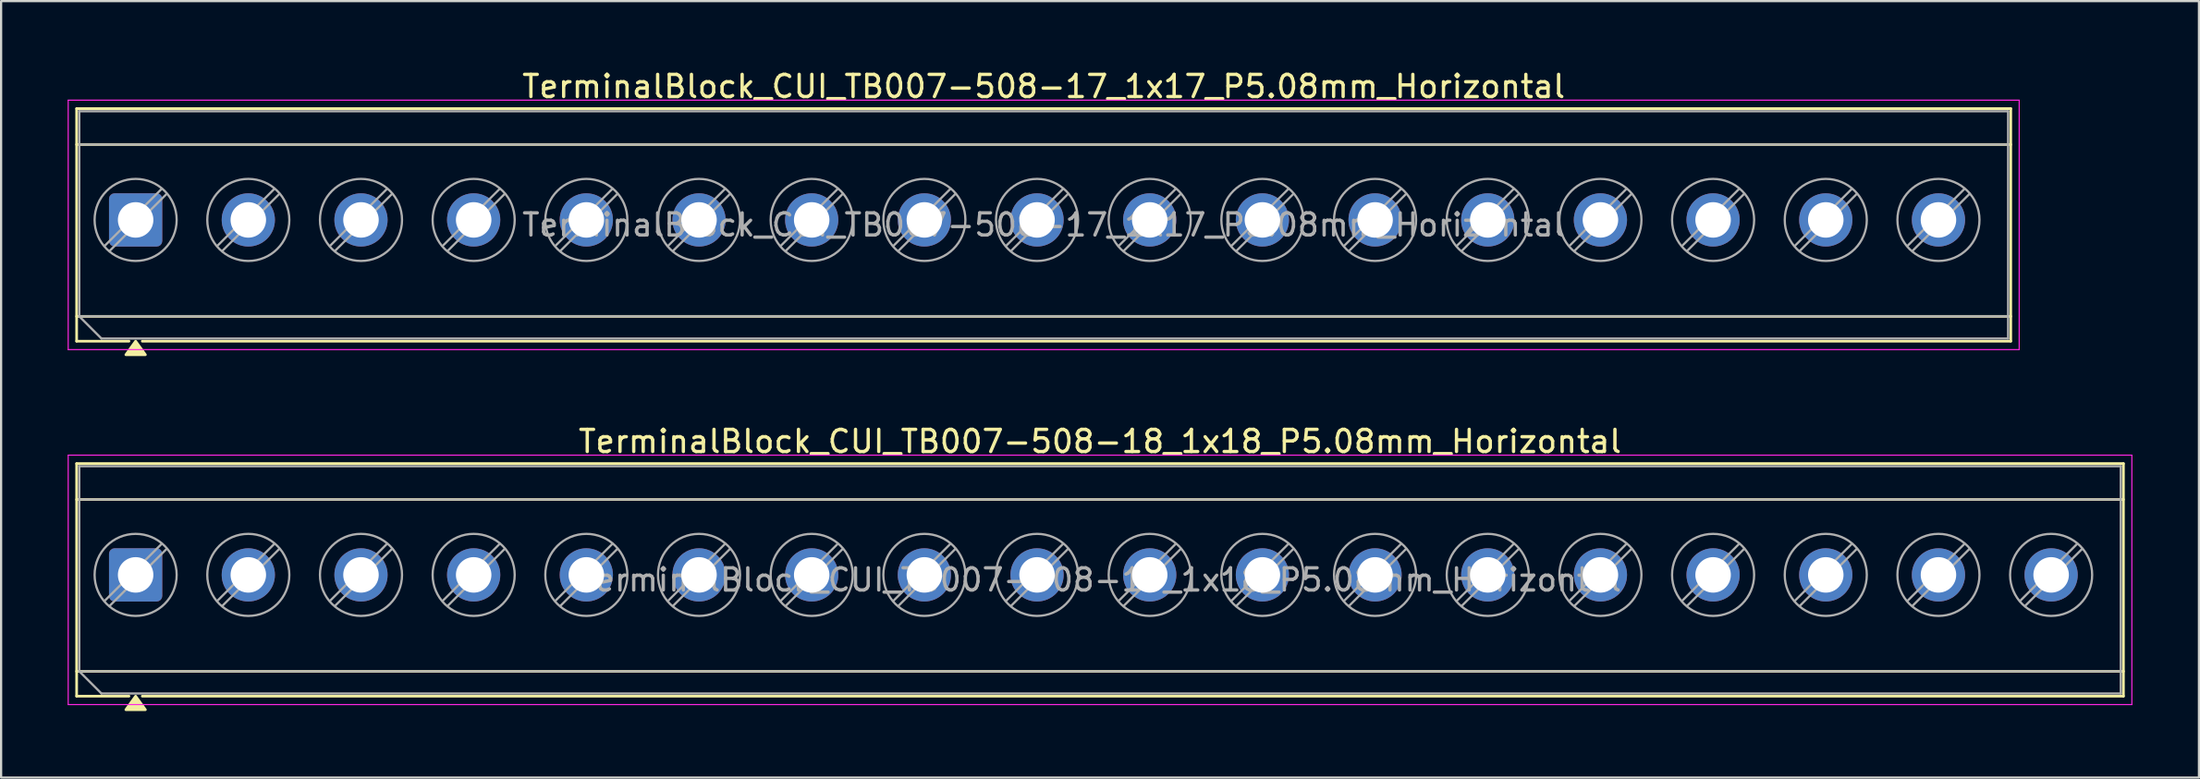
<source format=kicad_pcb>
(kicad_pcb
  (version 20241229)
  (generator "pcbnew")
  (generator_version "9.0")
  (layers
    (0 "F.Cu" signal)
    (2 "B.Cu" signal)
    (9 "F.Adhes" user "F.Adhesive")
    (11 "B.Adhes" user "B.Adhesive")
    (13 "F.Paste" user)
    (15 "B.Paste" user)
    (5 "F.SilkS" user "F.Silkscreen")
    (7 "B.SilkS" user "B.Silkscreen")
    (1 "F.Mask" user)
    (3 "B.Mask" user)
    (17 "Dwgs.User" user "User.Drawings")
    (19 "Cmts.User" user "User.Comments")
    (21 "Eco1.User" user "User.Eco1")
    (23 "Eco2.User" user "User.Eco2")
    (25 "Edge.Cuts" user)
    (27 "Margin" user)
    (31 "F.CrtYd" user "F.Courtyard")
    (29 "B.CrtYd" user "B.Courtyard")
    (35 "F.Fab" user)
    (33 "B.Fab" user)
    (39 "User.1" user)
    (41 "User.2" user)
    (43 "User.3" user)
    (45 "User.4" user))
  (footprint "TerminalBlock_CUI_TB007-508-18_1x18_P5.08mm_Horizontal"
    (layer "F.Cu")
    (at 3.065 22.877)
    (property "Reference" "TerminalBlock_CUI_TB007-508-18_1x18_P5.08mm_Horizontal" (at 43.48 -6.02 0) (layer "F.SilkS") (effects (font (size 1 1) (thickness 0.15))))
    (attr through_hole)
    (fp_line (start -2.66 -5.02) (end 89.62 -5.02) (stroke (width 0.12) (type solid)) (layer "F.SilkS"))
    (fp_line (start -2.66 -3.4) (end 89.62 -3.4) (stroke (width 0.12) (type solid)) (layer "F.SilkS"))
    (fp_line (start -2.66 4.35) (end 89.62 4.35) (stroke (width 0.12) (type solid)) (layer "F.SilkS"))
    (fp_line (start -2.66 5.47) (end -2.66 -5.02) (stroke (width 0.12) (type solid)) (layer "F.SilkS"))
    (fp_line (start -0.3 5.47) (end -2.66 5.47) (stroke (width 0.12) (type solid)) (layer "F.SilkS"))
    (fp_line (start 89.62 -5.02) (end 89.62 5.47) (stroke (width 0.12) (type solid)) (layer "F.SilkS"))
    (fp_line (start 89.62 5.47) (end 0.3 5.47) (stroke (width 0.12) (type solid)) (layer "F.SilkS"))
    (fp_poly (pts (xy 0 5.47) (xy 0.44 6.08) (xy -0.44 6.08)) (stroke (width 0.12) (type solid)) (fill yes) (layer "F.SilkS"))
    (fp_line (start -3.04 -5.4) (end -3.04 5.85) (stroke (width 0.05) (type solid)) (layer "F.CrtYd"))
    (fp_line (start -3.04 5.85) (end 90 5.85) (stroke (width 0.05) (type solid)) (layer "F.CrtYd"))
    (fp_line (start 90 -5.4) (end -3.04 -5.4) (stroke (width 0.05) (type solid)) (layer "F.CrtYd"))
    (fp_line (start 90 5.85) (end 90 -5.4) (stroke (width 0.05) (type solid)) (layer "F.CrtYd"))
    (fp_line (start -2.54 -4.9) (end 89.5 -4.9) (stroke (width 0.1) (type solid)) (layer "F.Fab"))
    (fp_line (start -2.54 -3.4) (end 89.5 -3.4) (stroke (width 0.1) (type solid)) (layer "F.Fab"))
    (fp_line (start -2.54 4.35) (end -2.54 -4.9) (stroke (width 0.1) (type solid)) (layer "F.Fab"))
    (fp_line (start -2.54 4.35) (end 89.5 4.35) (stroke (width 0.1) (type solid)) (layer "F.Fab"))
    (fp_line (start -1.54 5.35) (end -2.54 4.35) (stroke (width 0.1) (type solid)) (layer "F.Fab"))
    (fp_line (start 1.177 -1.403) (end -1.403 1.177) (stroke (width 0.1) (type solid)) (layer "F.Fab"))
    (fp_line (start 1.403 -1.177) (end -1.177 1.403) (stroke (width 0.1) (type solid)) (layer "F.Fab"))
    (fp_line (start 6.257 -1.403) (end 3.677 1.177) (stroke (width 0.1) (type solid)) (layer "F.Fab"))
    (fp_line (start 6.483 -1.177) (end 3.903 1.403) (stroke (width 0.1) (type solid)) (layer "F.Fab"))
    (fp_line (start 11.337 -1.403) (end 8.757 1.177) (stroke (width 0.1) (type solid)) (layer "F.Fab"))
    (fp_line (start 11.563 -1.177) (end 8.983 1.403) (stroke (width 0.1) (type solid)) (layer "F.Fab"))
    (fp_line (start 16.417 -1.403) (end 13.837 1.177) (stroke (width 0.1) (type solid)) (layer "F.Fab"))
    (fp_line (start 16.643 -1.177) (end 14.063 1.403) (stroke (width 0.1) (type solid)) (layer "F.Fab"))
    (fp_line (start 21.497 -1.403) (end 18.917 1.177) (stroke (width 0.1) (type solid)) (layer "F.Fab"))
    (fp_line (start 21.723 -1.177) (end 19.143 1.403) (stroke (width 0.1) (type solid)) (layer "F.Fab"))
    (fp_line (start 26.577 -1.403) (end 23.997 1.177) (stroke (width 0.1) (type solid)) (layer "F.Fab"))
    (fp_line (start 26.803 -1.177) (end 24.223 1.403) (stroke (width 0.1) (type solid)) (layer "F.Fab"))
    (fp_line (start 31.657 -1.403) (end 29.077 1.177) (stroke (width 0.1) (type solid)) (layer "F.Fab"))
    (fp_line (start 31.883 -1.177) (end 29.303 1.403) (stroke (width 0.1) (type solid)) (layer "F.Fab"))
    (fp_line (start 36.737 -1.403) (end 34.157 1.177) (stroke (width 0.1) (type solid)) (layer "F.Fab"))
    (fp_line (start 36.963 -1.177) (end 34.383 1.403) (stroke (width 0.1) (type solid)) (layer "F.Fab"))
    (fp_line (start 41.817 -1.403) (end 39.237 1.177) (stroke (width 0.1) (type solid)) (layer "F.Fab"))
    (fp_line (start 42.043 -1.177) (end 39.463 1.403) (stroke (width 0.1) (type solid)) (layer "F.Fab"))
    (fp_line (start 46.897 -1.403) (end 44.317 1.177) (stroke (width 0.1) (type solid)) (layer "F.Fab"))
    (fp_line (start 47.123 -1.177) (end 44.543 1.403) (stroke (width 0.1) (type solid)) (layer "F.Fab"))
    (fp_line (start 51.977 -1.403) (end 49.397 1.177) (stroke (width 0.1) (type solid)) (layer "F.Fab"))
    (fp_line (start 52.203 -1.177) (end 49.623 1.403) (stroke (width 0.1) (type solid)) (layer "F.Fab"))
    (fp_line (start 57.057 -1.403) (end 54.477 1.177) (stroke (width 0.1) (type solid)) (layer "F.Fab"))
    (fp_line (start 57.283 -1.177) (end 54.703 1.403) (stroke (width 0.1) (type solid)) (layer "F.Fab"))
    (fp_line (start 62.137 -1.403) (end 59.557 1.177) (stroke (width 0.1) (type solid)) (layer "F.Fab"))
    (fp_line (start 62.363 -1.177) (end 59.783 1.403) (stroke (width 0.1) (type solid)) (layer "F.Fab"))
    (fp_line (start 67.217 -1.403) (end 64.637 1.177) (stroke (width 0.1) (type solid)) (layer "F.Fab"))
    (fp_line (start 67.443 -1.177) (end 64.863 1.403) (stroke (width 0.1) (type solid)) (layer "F.Fab"))
    (fp_line (start 72.297 -1.403) (end 69.717 1.177) (stroke (width 0.1) (type solid)) (layer "F.Fab"))
    (fp_line (start 72.523 -1.177) (end 69.943 1.403) (stroke (width 0.1) (type solid)) (layer "F.Fab"))
    (fp_line (start 77.377 -1.403) (end 74.797 1.177) (stroke (width 0.1) (type solid)) (layer "F.Fab"))
    (fp_line (start 77.603 -1.177) (end 75.023 1.403) (stroke (width 0.1) (type solid)) (layer "F.Fab"))
    (fp_line (start 82.457 -1.403) (end 79.877 1.177) (stroke (width 0.1) (type solid)) (layer "F.Fab"))
    (fp_line (start 82.683 -1.177) (end 80.103 1.403) (stroke (width 0.1) (type solid)) (layer "F.Fab"))
    (fp_line (start 87.537 -1.403) (end 84.957 1.177) (stroke (width 0.1) (type solid)) (layer "F.Fab"))
    (fp_line (start 87.763 -1.177) (end 85.183 1.403) (stroke (width 0.1) (type solid)) (layer "F.Fab"))
    (fp_line (start 89.5 -4.9) (end 89.5 5.35) (stroke (width 0.1) (type solid)) (layer "F.Fab"))
    (fp_line (start 89.5 5.35) (end -1.54 5.35) (stroke (width 0.1) (type solid)) (layer "F.Fab"))
    (fp_circle (center 0 0) (end 1.85 0) (stroke (width 0.1) (type solid)) (fill no) (layer "F.Fab"))
    (fp_circle (center 5.08 0) (end 6.93 0) (stroke (width 0.1) (type solid)) (fill no) (layer "F.Fab"))
    (fp_circle (center 10.16 0) (end 12.01 0) (stroke (width 0.1) (type solid)) (fill no) (layer "F.Fab"))
    (fp_circle (center 15.24 0) (end 17.09 0) (stroke (width 0.1) (type solid)) (fill no) (layer "F.Fab"))
    (fp_circle (center 20.32 0) (end 22.17 0) (stroke (width 0.1) (type solid)) (fill no) (layer "F.Fab"))
    (fp_circle (center 25.4 0) (end 27.25 0) (stroke (width 0.1) (type solid)) (fill no) (layer "F.Fab"))
    (fp_circle (center 30.48 0) (end 32.33 0) (stroke (width 0.1) (type solid)) (fill no) (layer "F.Fab"))
    (fp_circle (center 35.56 0) (end 37.41 0) (stroke (width 0.1) (type solid)) (fill no) (layer "F.Fab"))
    (fp_circle (center 40.64 0) (end 42.49 0) (stroke (width 0.1) (type solid)) (fill no) (layer "F.Fab"))
    (fp_circle (center 45.72 0) (end 47.57 0) (stroke (width 0.1) (type solid)) (fill no) (layer "F.Fab"))
    (fp_circle (center 50.8 0) (end 52.65 0) (stroke (width 0.1) (type solid)) (fill no) (layer "F.Fab"))
    (fp_circle (center 55.88 0) (end 57.73 0) (stroke (width 0.1) (type solid)) (fill no) (layer "F.Fab"))
    (fp_circle (center 60.96 0) (end 62.81 0) (stroke (width 0.1) (type solid)) (fill no) (layer "F.Fab"))
    (fp_circle (center 66.04 0) (end 67.89 0) (stroke (width 0.1) (type solid)) (fill no) (layer "F.Fab"))
    (fp_circle (center 71.12 0) (end 72.97 0) (stroke (width 0.1) (type solid)) (fill no) (layer "F.Fab"))
    (fp_circle (center 76.2 0) (end 78.05 0) (stroke (width 0.1) (type solid)) (fill no) (layer "F.Fab"))
    (fp_circle (center 81.28 0) (end 83.13 0) (stroke (width 0.1) (type solid)) (fill no) (layer "F.Fab"))
    (fp_circle (center 86.36 0) (end 88.21 0) (stroke (width 0.1) (type solid)) (fill no) (layer "F.Fab"))
    (fp_text user "${REFERENCE}" (at 43.48 0.225 0) (layer "F.Fab") (effects (font (size 1 1) (thickness 0.15))))
    (pad "1" thru_hole roundrect (at 0 0) (size 2.4 2.4) (drill 1.6) (layers "*.Cu" "*.Mask") (roundrect_rratio 0.104))
    (pad "2" thru_hole circle (at 5.08 0) (size 2.4 2.4) (drill 1.6) (layers "*.Cu" "*.Mask"))
    (pad "3" thru_hole circle (at 10.16 0) (size 2.4 2.4) (drill 1.6) (layers "*.Cu" "*.Mask"))
    (pad "4" thru_hole circle (at 15.24 0) (size 2.4 2.4) (drill 1.6) (layers "*.Cu" "*.Mask"))
    (pad "5" thru_hole circle (at 20.32 0) (size 2.4 2.4) (drill 1.6) (layers "*.Cu" "*.Mask"))
    (pad "6" thru_hole circle (at 25.4 0) (size 2.4 2.4) (drill 1.6) (layers "*.Cu" "*.Mask"))
    (pad "7" thru_hole circle (at 30.48 0) (size 2.4 2.4) (drill 1.6) (layers "*.Cu" "*.Mask"))
    (pad "8" thru_hole circle (at 35.56 0) (size 2.4 2.4) (drill 1.6) (layers "*.Cu" "*.Mask"))
    (pad "9" thru_hole circle (at 40.64 0) (size 2.4 2.4) (drill 1.6) (layers "*.Cu" "*.Mask"))
    (pad "10" thru_hole circle (at 45.72 0) (size 2.4 2.4) (drill 1.6) (layers "*.Cu" "*.Mask"))
    (pad "11" thru_hole circle (at 50.8 0) (size 2.4 2.4) (drill 1.6) (layers "*.Cu" "*.Mask"))
    (pad "12" thru_hole circle (at 55.88 0) (size 2.4 2.4) (drill 1.6) (layers "*.Cu" "*.Mask"))
    (pad "13" thru_hole circle (at 60.96 0) (size 2.4 2.4) (drill 1.6) (layers "*.Cu" "*.Mask"))
    (pad "14" thru_hole circle (at 66.04 0) (size 2.4 2.4) (drill 1.6) (layers "*.Cu" "*.Mask"))
    (pad "15" thru_hole circle (at 71.12 0) (size 2.4 2.4) (drill 1.6) (layers "*.Cu" "*.Mask"))
    (pad "16" thru_hole circle (at 76.2 0) (size 2.4 2.4) (drill 1.6) (layers "*.Cu" "*.Mask"))
    (pad "17" thru_hole circle (at 81.28 0) (size 2.4 2.4) (drill 1.6) (layers "*.Cu" "*.Mask"))
    (pad "18" thru_hole circle (at 86.36 0) (size 2.4 2.4) (drill 1.6) (layers "*.Cu" "*.Mask")))
  (footprint "TerminalBlock_CUI_TB007-508-17_1x17_P5.08mm_Horizontal"
    (layer "F.Cu")
    (at 3.065 6.868)
    (property "Reference" "TerminalBlock_CUI_TB007-508-17_1x17_P5.08mm_Horizontal" (at 40.94 -6.02 0) (layer "F.SilkS") (effects (font (size 1 1) (thickness 0.15))))
    (attr through_hole)
    (fp_line (start -2.66 -5.02) (end 84.54 -5.02) (stroke (width 0.12) (type solid)) (layer "F.SilkS"))
    (fp_line (start -2.66 -3.4) (end 84.54 -3.4) (stroke (width 0.12) (type solid)) (layer "F.SilkS"))
    (fp_line (start -2.66 4.35) (end 84.54 4.35) (stroke (width 0.12) (type solid)) (layer "F.SilkS"))
    (fp_line (start -2.66 5.47) (end -2.66 -5.02) (stroke (width 0.12) (type solid)) (layer "F.SilkS"))
    (fp_line (start -0.3 5.47) (end -2.66 5.47) (stroke (width 0.12) (type solid)) (layer "F.SilkS"))
    (fp_line (start 84.54 -5.02) (end 84.54 5.47) (stroke (width 0.12) (type solid)) (layer "F.SilkS"))
    (fp_line (start 84.54 5.47) (end 0.3 5.47) (stroke (width 0.12) (type solid)) (layer "F.SilkS"))
    (fp_poly (pts (xy 0 5.47) (xy 0.44 6.08) (xy -0.44 6.08)) (stroke (width 0.12) (type solid)) (fill yes) (layer "F.SilkS"))
    (fp_line (start -3.04 -5.4) (end -3.04 5.85) (stroke (width 0.05) (type solid)) (layer "F.CrtYd"))
    (fp_line (start -3.04 5.85) (end 84.92 5.85) (stroke (width 0.05) (type solid)) (layer "F.CrtYd"))
    (fp_line (start 84.92 -5.4) (end -3.04 -5.4) (stroke (width 0.05) (type solid)) (layer "F.CrtYd"))
    (fp_line (start 84.92 5.85) (end 84.92 -5.4) (stroke (width 0.05) (type solid)) (layer "F.CrtYd"))
    (fp_line (start -2.54 -4.9) (end 84.42 -4.9) (stroke (width 0.1) (type solid)) (layer "F.Fab"))
    (fp_line (start -2.54 -3.4) (end 84.42 -3.4) (stroke (width 0.1) (type solid)) (layer "F.Fab"))
    (fp_line (start -2.54 4.35) (end -2.54 -4.9) (stroke (width 0.1) (type solid)) (layer "F.Fab"))
    (fp_line (start -2.54 4.35) (end 84.42 4.35) (stroke (width 0.1) (type solid)) (layer "F.Fab"))
    (fp_line (start -1.54 5.35) (end -2.54 4.35) (stroke (width 0.1) (type solid)) (layer "F.Fab"))
    (fp_line (start 1.177 -1.403) (end -1.403 1.177) (stroke (width 0.1) (type solid)) (layer "F.Fab"))
    (fp_line (start 1.403 -1.177) (end -1.177 1.403) (stroke (width 0.1) (type solid)) (layer "F.Fab"))
    (fp_line (start 6.257 -1.403) (end 3.677 1.177) (stroke (width 0.1) (type solid)) (layer "F.Fab"))
    (fp_line (start 6.483 -1.177) (end 3.903 1.403) (stroke (width 0.1) (type solid)) (layer "F.Fab"))
    (fp_line (start 11.337 -1.403) (end 8.757 1.177) (stroke (width 0.1) (type solid)) (layer "F.Fab"))
    (fp_line (start 11.563 -1.177) (end 8.983 1.403) (stroke (width 0.1) (type solid)) (layer "F.Fab"))
    (fp_line (start 16.417 -1.403) (end 13.837 1.177) (stroke (width 0.1) (type solid)) (layer "F.Fab"))
    (fp_line (start 16.643 -1.177) (end 14.063 1.403) (stroke (width 0.1) (type solid)) (layer "F.Fab"))
    (fp_line (start 21.497 -1.403) (end 18.917 1.177) (stroke (width 0.1) (type solid)) (layer "F.Fab"))
    (fp_line (start 21.723 -1.177) (end 19.143 1.403) (stroke (width 0.1) (type solid)) (layer "F.Fab"))
    (fp_line (start 26.577 -1.403) (end 23.997 1.177) (stroke (width 0.1) (type solid)) (layer "F.Fab"))
    (fp_line (start 26.803 -1.177) (end 24.223 1.403) (stroke (width 0.1) (type solid)) (layer "F.Fab"))
    (fp_line (start 31.657 -1.403) (end 29.077 1.177) (stroke (width 0.1) (type solid)) (layer "F.Fab"))
    (fp_line (start 31.883 -1.177) (end 29.303 1.403) (stroke (width 0.1) (type solid)) (layer "F.Fab"))
    (fp_line (start 36.737 -1.403) (end 34.157 1.177) (stroke (width 0.1) (type solid)) (layer "F.Fab"))
    (fp_line (start 36.963 -1.177) (end 34.383 1.403) (stroke (width 0.1) (type solid)) (layer "F.Fab"))
    (fp_line (start 41.817 -1.403) (end 39.237 1.177) (stroke (width 0.1) (type solid)) (layer "F.Fab"))
    (fp_line (start 42.043 -1.177) (end 39.463 1.403) (stroke (width 0.1) (type solid)) (layer "F.Fab"))
    (fp_line (start 46.897 -1.403) (end 44.317 1.177) (stroke (width 0.1) (type solid)) (layer "F.Fab"))
    (fp_line (start 47.123 -1.177) (end 44.543 1.403) (stroke (width 0.1) (type solid)) (layer "F.Fab"))
    (fp_line (start 51.977 -1.403) (end 49.397 1.177) (stroke (width 0.1) (type solid)) (layer "F.Fab"))
    (fp_line (start 52.203 -1.177) (end 49.623 1.403) (stroke (width 0.1) (type solid)) (layer "F.Fab"))
    (fp_line (start 57.057 -1.403) (end 54.477 1.177) (stroke (width 0.1) (type solid)) (layer "F.Fab"))
    (fp_line (start 57.283 -1.177) (end 54.703 1.403) (stroke (width 0.1) (type solid)) (layer "F.Fab"))
    (fp_line (start 62.137 -1.403) (end 59.557 1.177) (stroke (width 0.1) (type solid)) (layer "F.Fab"))
    (fp_line (start 62.363 -1.177) (end 59.783 1.403) (stroke (width 0.1) (type solid)) (layer "F.Fab"))
    (fp_line (start 67.217 -1.403) (end 64.637 1.177) (stroke (width 0.1) (type solid)) (layer "F.Fab"))
    (fp_line (start 67.443 -1.177) (end 64.863 1.403) (stroke (width 0.1) (type solid)) (layer "F.Fab"))
    (fp_line (start 72.297 -1.403) (end 69.717 1.177) (stroke (width 0.1) (type solid)) (layer "F.Fab"))
    (fp_line (start 72.523 -1.177) (end 69.943 1.403) (stroke (width 0.1) (type solid)) (layer "F.Fab"))
    (fp_line (start 77.377 -1.403) (end 74.797 1.177) (stroke (width 0.1) (type solid)) (layer "F.Fab"))
    (fp_line (start 77.603 -1.177) (end 75.023 1.403) (stroke (width 0.1) (type solid)) (layer "F.Fab"))
    (fp_line (start 82.457 -1.403) (end 79.877 1.177) (stroke (width 0.1) (type solid)) (layer "F.Fab"))
    (fp_line (start 82.683 -1.177) (end 80.103 1.403) (stroke (width 0.1) (type solid)) (layer "F.Fab"))
    (fp_line (start 84.42 -4.9) (end 84.42 5.35) (stroke (width 0.1) (type solid)) (layer "F.Fab"))
    (fp_line (start 84.42 5.35) (end -1.54 5.35) (stroke (width 0.1) (type solid)) (layer "F.Fab"))
    (fp_circle (center 0 0) (end 1.85 0) (stroke (width 0.1) (type solid)) (fill no) (layer "F.Fab"))
    (fp_circle (center 5.08 0) (end 6.93 0) (stroke (width 0.1) (type solid)) (fill no) (layer "F.Fab"))
    (fp_circle (center 10.16 0) (end 12.01 0) (stroke (width 0.1) (type solid)) (fill no) (layer "F.Fab"))
    (fp_circle (center 15.24 0) (end 17.09 0) (stroke (width 0.1) (type solid)) (fill no) (layer "F.Fab"))
    (fp_circle (center 20.32 0) (end 22.17 0) (stroke (width 0.1) (type solid)) (fill no) (layer "F.Fab"))
    (fp_circle (center 25.4 0) (end 27.25 0) (stroke (width 0.1) (type solid)) (fill no) (layer "F.Fab"))
    (fp_circle (center 30.48 0) (end 32.33 0) (stroke (width 0.1) (type solid)) (fill no) (layer "F.Fab"))
    (fp_circle (center 35.56 0) (end 37.41 0) (stroke (width 0.1) (type solid)) (fill no) (layer "F.Fab"))
    (fp_circle (center 40.64 0) (end 42.49 0) (stroke (width 0.1) (type solid)) (fill no) (layer "F.Fab"))
    (fp_circle (center 45.72 0) (end 47.57 0) (stroke (width 0.1) (type solid)) (fill no) (layer "F.Fab"))
    (fp_circle (center 50.8 0) (end 52.65 0) (stroke (width 0.1) (type solid)) (fill no) (layer "F.Fab"))
    (fp_circle (center 55.88 0) (end 57.73 0) (stroke (width 0.1) (type solid)) (fill no) (layer "F.Fab"))
    (fp_circle (center 60.96 0) (end 62.81 0) (stroke (width 0.1) (type solid)) (fill no) (layer "F.Fab"))
    (fp_circle (center 66.04 0) (end 67.89 0) (stroke (width 0.1) (type solid)) (fill no) (layer "F.Fab"))
    (fp_circle (center 71.12 0) (end 72.97 0) (stroke (width 0.1) (type solid)) (fill no) (layer "F.Fab"))
    (fp_circle (center 76.2 0) (end 78.05 0) (stroke (width 0.1) (type solid)) (fill no) (layer "F.Fab"))
    (fp_circle (center 81.28 0) (end 83.13 0) (stroke (width 0.1) (type solid)) (fill no) (layer "F.Fab"))
    (fp_text user "${REFERENCE}" (at 40.94 0.225 0) (layer "F.Fab") (effects (font (size 1 1) (thickness 0.15))))
    (pad "1" thru_hole roundrect (at 0 0) (size 2.4 2.4) (drill 1.6) (layers "*.Cu" "*.Mask") (roundrect_rratio 0.104))
    (pad "2" thru_hole circle (at 5.08 0) (size 2.4 2.4) (drill 1.6) (layers "*.Cu" "*.Mask"))
    (pad "3" thru_hole circle (at 10.16 0) (size 2.4 2.4) (drill 1.6) (layers "*.Cu" "*.Mask"))
    (pad "4" thru_hole circle (at 15.24 0) (size 2.4 2.4) (drill 1.6) (layers "*.Cu" "*.Mask"))
    (pad "5" thru_hole circle (at 20.32 0) (size 2.4 2.4) (drill 1.6) (layers "*.Cu" "*.Mask"))
    (pad "6" thru_hole circle (at 25.4 0) (size 2.4 2.4) (drill 1.6) (layers "*.Cu" "*.Mask"))
    (pad "7" thru_hole circle (at 30.48 0) (size 2.4 2.4) (drill 1.6) (layers "*.Cu" "*.Mask"))
    (pad "8" thru_hole circle (at 35.56 0) (size 2.4 2.4) (drill 1.6) (layers "*.Cu" "*.Mask"))
    (pad "9" thru_hole circle (at 40.64 0) (size 2.4 2.4) (drill 1.6) (layers "*.Cu" "*.Mask"))
    (pad "10" thru_hole circle (at 45.72 0) (size 2.4 2.4) (drill 1.6) (layers "*.Cu" "*.Mask"))
    (pad "11" thru_hole circle (at 50.8 0) (size 2.4 2.4) (drill 1.6) (layers "*.Cu" "*.Mask"))
    (pad "12" thru_hole circle (at 55.88 0) (size 2.4 2.4) (drill 1.6) (layers "*.Cu" "*.Mask"))
    (pad "13" thru_hole circle (at 60.96 0) (size 2.4 2.4) (drill 1.6) (layers "*.Cu" "*.Mask"))
    (pad "14" thru_hole circle (at 66.04 0) (size 2.4 2.4) (drill 1.6) (layers "*.Cu" "*.Mask"))
    (pad "15" thru_hole circle (at 71.12 0) (size 2.4 2.4) (drill 1.6) (layers "*.Cu" "*.Mask"))
    (pad "16" thru_hole circle (at 76.2 0) (size 2.4 2.4) (drill 1.6) (layers "*.Cu" "*.Mask"))
    (pad "17" thru_hole circle (at 81.28 0) (size 2.4 2.4) (drill 1.6) (layers "*.Cu" "*.Mask")))
  (gr_rect
    (start -3 -3)
    (end 96.09 32.017)
    (stroke (width 0.1) (type default))
    (fill no)
    (layer "Edge.Cuts")))
</source>
